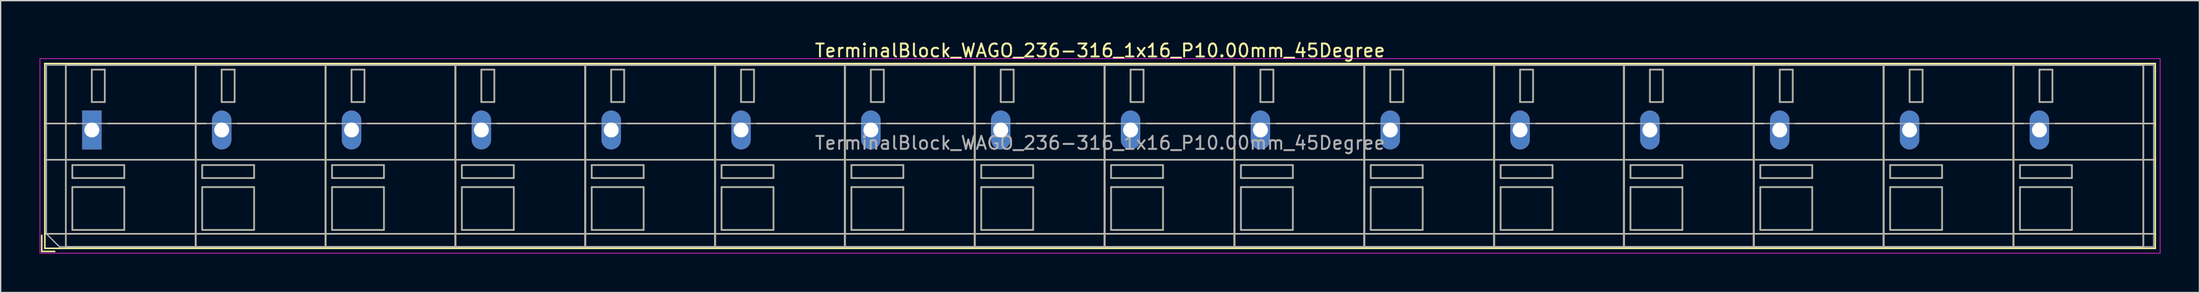
<source format=kicad_pcb>
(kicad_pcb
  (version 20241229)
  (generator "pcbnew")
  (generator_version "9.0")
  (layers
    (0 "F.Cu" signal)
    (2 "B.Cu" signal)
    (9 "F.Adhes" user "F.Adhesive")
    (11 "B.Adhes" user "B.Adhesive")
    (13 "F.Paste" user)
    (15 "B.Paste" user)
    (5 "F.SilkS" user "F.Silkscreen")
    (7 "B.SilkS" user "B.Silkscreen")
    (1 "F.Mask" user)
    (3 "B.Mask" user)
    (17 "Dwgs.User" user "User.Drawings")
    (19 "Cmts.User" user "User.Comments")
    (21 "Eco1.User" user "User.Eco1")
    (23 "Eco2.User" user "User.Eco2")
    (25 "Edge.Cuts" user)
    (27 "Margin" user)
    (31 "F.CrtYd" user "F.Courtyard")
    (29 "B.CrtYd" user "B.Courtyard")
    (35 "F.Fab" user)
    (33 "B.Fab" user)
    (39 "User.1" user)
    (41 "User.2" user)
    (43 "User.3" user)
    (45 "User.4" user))
  (footprint "TerminalBlock_WAGO_236-316_1x16_P10.00mm_45Degree"
    (layer "F.Cu")
    (at 4.025 6.968)
    (property "Reference" "TerminalBlock_WAGO_236-316_1x16_P10.00mm_45Degree" (at 77.65 -6.12 0) (layer "F.SilkS") (effects (font (size 1 1) (thickness 0.15))))
    (attr through_hole)
    (fp_line (start -3.86 8.12) (end -3.86 9.36) (stroke (width 0.12) (type solid)) (layer "F.SilkS"))
    (fp_line (start -3.86 9.36) (end -2.86 9.36) (stroke (width 0.12) (type solid)) (layer "F.SilkS"))
    (fp_line (start -3.62 -5.12) (end -3.62 9.12) (stroke (width 0.12) (type solid)) (layer "F.SilkS"))
    (fp_line (start -3.62 -5.12) (end 158.92 -5.12) (stroke (width 0.12) (type solid)) (layer "F.SilkS"))
    (fp_line (start -3.62 -0.5) (end -1.23 -0.5) (stroke (width 0.12) (type solid)) (layer "F.SilkS"))
    (fp_line (start -3.62 2.3) (end 158.92 2.3) (stroke (width 0.12) (type solid)) (layer "F.SilkS"))
    (fp_line (start -3.62 8) (end 158.92 8) (stroke (width 0.12) (type solid)) (layer "F.SilkS"))
    (fp_line (start -3.62 9.12) (end 158.92 9.12) (stroke (width 0.12) (type solid)) (layer "F.SilkS"))
    (fp_line (start -2 -5) (end -2 9) (stroke (width 0.12) (type solid)) (layer "F.SilkS"))
    (fp_line (start -2 -5) (end 8 -5) (stroke (width 0.12) (type solid)) (layer "F.SilkS"))
    (fp_line (start -2 9) (end 8 9) (stroke (width 0.12) (type solid)) (layer "F.SilkS"))
    (fp_line (start -1.5 2.7) (end -1.5 3.7) (stroke (width 0.12) (type solid)) (layer "F.SilkS"))
    (fp_line (start -1.5 2.7) (end 2.5 2.7) (stroke (width 0.12) (type solid)) (layer "F.SilkS"))
    (fp_line (start -1.5 3.7) (end 2.5 3.7) (stroke (width 0.12) (type solid)) (layer "F.SilkS"))
    (fp_line (start -1.5 4.4) (end -1.5 7.7) (stroke (width 0.12) (type solid)) (layer "F.SilkS"))
    (fp_line (start -1.5 4.4) (end 2.5 4.4) (stroke (width 0.12) (type solid)) (layer "F.SilkS"))
    (fp_line (start -1.5 7.7) (end 2.5 7.7) (stroke (width 0.12) (type solid)) (layer "F.SilkS"))
    (fp_line (start 0 -4.65) (end 0 -2.151) (stroke (width 0.12) (type solid)) (layer "F.SilkS"))
    (fp_line (start 0 -4.65) (end 1 -4.65) (stroke (width 0.12) (type solid)) (layer "F.SilkS"))
    (fp_line (start 0 -2.151) (end 1 -2.151) (stroke (width 0.12) (type solid)) (layer "F.SilkS"))
    (fp_line (start 1 -4.65) (end 1 -2.151) (stroke (width 0.12) (type solid)) (layer "F.SilkS"))
    (fp_line (start 1.23 -0.5) (end 8.77 -0.5) (stroke (width 0.12) (type solid)) (layer "F.SilkS"))
    (fp_line (start 2.5 2.7) (end 2.5 3.7) (stroke (width 0.12) (type solid)) (layer "F.SilkS"))
    (fp_line (start 2.5 4.4) (end 2.5 7.7) (stroke (width 0.12) (type solid)) (layer "F.SilkS"))
    (fp_line (start 8 -5) (end 8 9) (stroke (width 0.12) (type solid)) (layer "F.SilkS"))
    (fp_line (start 8 -5) (end 8 9) (stroke (width 0.12) (type solid)) (layer "F.SilkS"))
    (fp_line (start 8 -5) (end 18 -5) (stroke (width 0.12) (type solid)) (layer "F.SilkS"))
    (fp_line (start 8 9) (end 18 9) (stroke (width 0.12) (type solid)) (layer "F.SilkS"))
    (fp_line (start 8.5 2.7) (end 8.5 3.7) (stroke (width 0.12) (type solid)) (layer "F.SilkS"))
    (fp_line (start 8.5 2.7) (end 12.5 2.7) (stroke (width 0.12) (type solid)) (layer "F.SilkS"))
    (fp_line (start 8.5 3.7) (end 12.5 3.7) (stroke (width 0.12) (type solid)) (layer "F.SilkS"))
    (fp_line (start 8.5 4.4) (end 8.5 7.7) (stroke (width 0.12) (type solid)) (layer "F.SilkS"))
    (fp_line (start 8.5 4.4) (end 12.5 4.4) (stroke (width 0.12) (type solid)) (layer "F.SilkS"))
    (fp_line (start 8.5 7.7) (end 12.5 7.7) (stroke (width 0.12) (type solid)) (layer "F.SilkS"))
    (fp_line (start 10 -4.65) (end 10 -2.151) (stroke (width 0.12) (type solid)) (layer "F.SilkS"))
    (fp_line (start 10 -4.65) (end 11 -4.65) (stroke (width 0.12) (type solid)) (layer "F.SilkS"))
    (fp_line (start 10 -2.151) (end 11 -2.151) (stroke (width 0.12) (type solid)) (layer "F.SilkS"))
    (fp_line (start 11 -4.65) (end 11 -2.151) (stroke (width 0.12) (type solid)) (layer "F.SilkS"))
    (fp_line (start 11.23 -0.5) (end 18.77 -0.5) (stroke (width 0.12) (type solid)) (layer "F.SilkS"))
    (fp_line (start 12.5 2.7) (end 12.5 3.7) (stroke (width 0.12) (type solid)) (layer "F.SilkS"))
    (fp_line (start 12.5 4.4) (end 12.5 7.7) (stroke (width 0.12) (type solid)) (layer "F.SilkS"))
    (fp_line (start 18 -5) (end 18 9) (stroke (width 0.12) (type solid)) (layer "F.SilkS"))
    (fp_line (start 18 -5) (end 18 9) (stroke (width 0.12) (type solid)) (layer "F.SilkS"))
    (fp_line (start 18 -5) (end 28 -5) (stroke (width 0.12) (type solid)) (layer "F.SilkS"))
    (fp_line (start 18 9) (end 28 9) (stroke (width 0.12) (type solid)) (layer "F.SilkS"))
    (fp_line (start 18.5 2.7) (end 18.5 3.7) (stroke (width 0.12) (type solid)) (layer "F.SilkS"))
    (fp_line (start 18.5 2.7) (end 22.5 2.7) (stroke (width 0.12) (type solid)) (layer "F.SilkS"))
    (fp_line (start 18.5 3.7) (end 22.5 3.7) (stroke (width 0.12) (type solid)) (layer "F.SilkS"))
    (fp_line (start 18.5 4.4) (end 18.5 7.7) (stroke (width 0.12) (type solid)) (layer "F.SilkS"))
    (fp_line (start 18.5 4.4) (end 22.5 4.4) (stroke (width 0.12) (type solid)) (layer "F.SilkS"))
    (fp_line (start 18.5 7.7) (end 22.5 7.7) (stroke (width 0.12) (type solid)) (layer "F.SilkS"))
    (fp_line (start 20 -4.65) (end 20 -2.151) (stroke (width 0.12) (type solid)) (layer "F.SilkS"))
    (fp_line (start 20 -4.65) (end 21 -4.65) (stroke (width 0.12) (type solid)) (layer "F.SilkS"))
    (fp_line (start 20 -2.151) (end 21 -2.151) (stroke (width 0.12) (type solid)) (layer "F.SilkS"))
    (fp_line (start 21 -4.65) (end 21 -2.151) (stroke (width 0.12) (type solid)) (layer "F.SilkS"))
    (fp_line (start 21.23 -0.5) (end 28.77 -0.5) (stroke (width 0.12) (type solid)) (layer "F.SilkS"))
    (fp_line (start 22.5 2.7) (end 22.5 3.7) (stroke (width 0.12) (type solid)) (layer "F.SilkS"))
    (fp_line (start 22.5 4.4) (end 22.5 7.7) (stroke (width 0.12) (type solid)) (layer "F.SilkS"))
    (fp_line (start 28 -5) (end 28 9) (stroke (width 0.12) (type solid)) (layer "F.SilkS"))
    (fp_line (start 28 -5) (end 28 9) (stroke (width 0.12) (type solid)) (layer "F.SilkS"))
    (fp_line (start 28 -5) (end 38 -5) (stroke (width 0.12) (type solid)) (layer "F.SilkS"))
    (fp_line (start 28 9) (end 38 9) (stroke (width 0.12) (type solid)) (layer "F.SilkS"))
    (fp_line (start 28.5 2.7) (end 28.5 3.7) (stroke (width 0.12) (type solid)) (layer "F.SilkS"))
    (fp_line (start 28.5 2.7) (end 32.5 2.7) (stroke (width 0.12) (type solid)) (layer "F.SilkS"))
    (fp_line (start 28.5 3.7) (end 32.5 3.7) (stroke (width 0.12) (type solid)) (layer "F.SilkS"))
    (fp_line (start 28.5 4.4) (end 28.5 7.7) (stroke (width 0.12) (type solid)) (layer "F.SilkS"))
    (fp_line (start 28.5 4.4) (end 32.5 4.4) (stroke (width 0.12) (type solid)) (layer "F.SilkS"))
    (fp_line (start 28.5 7.7) (end 32.5 7.7) (stroke (width 0.12) (type solid)) (layer "F.SilkS"))
    (fp_line (start 30 -4.65) (end 30 -2.151) (stroke (width 0.12) (type solid)) (layer "F.SilkS"))
    (fp_line (start 30 -4.65) (end 31 -4.65) (stroke (width 0.12) (type solid)) (layer "F.SilkS"))
    (fp_line (start 30 -2.151) (end 31 -2.151) (stroke (width 0.12) (type solid)) (layer "F.SilkS"))
    (fp_line (start 31 -4.65) (end 31 -2.151) (stroke (width 0.12) (type solid)) (layer "F.SilkS"))
    (fp_line (start 31.23 -0.5) (end 38.77 -0.5) (stroke (width 0.12) (type solid)) (layer "F.SilkS"))
    (fp_line (start 32.5 2.7) (end 32.5 3.7) (stroke (width 0.12) (type solid)) (layer "F.SilkS"))
    (fp_line (start 32.5 4.4) (end 32.5 7.7) (stroke (width 0.12) (type solid)) (layer "F.SilkS"))
    (fp_line (start 38 -5) (end 38 9) (stroke (width 0.12) (type solid)) (layer "F.SilkS"))
    (fp_line (start 38 -5) (end 38 9) (stroke (width 0.12) (type solid)) (layer "F.SilkS"))
    (fp_line (start 38 -5) (end 48 -5) (stroke (width 0.12) (type solid)) (layer "F.SilkS"))
    (fp_line (start 38 9) (end 48 9) (stroke (width 0.12) (type solid)) (layer "F.SilkS"))
    (fp_line (start 38.5 2.7) (end 38.5 3.7) (stroke (width 0.12) (type solid)) (layer "F.SilkS"))
    (fp_line (start 38.5 2.7) (end 42.5 2.7) (stroke (width 0.12) (type solid)) (layer "F.SilkS"))
    (fp_line (start 38.5 3.7) (end 42.5 3.7) (stroke (width 0.12) (type solid)) (layer "F.SilkS"))
    (fp_line (start 38.5 4.4) (end 38.5 7.7) (stroke (width 0.12) (type solid)) (layer "F.SilkS"))
    (fp_line (start 38.5 4.4) (end 42.5 4.4) (stroke (width 0.12) (type solid)) (layer "F.SilkS"))
    (fp_line (start 38.5 7.7) (end 42.5 7.7) (stroke (width 0.12) (type solid)) (layer "F.SilkS"))
    (fp_line (start 40 -4.65) (end 40 -2.151) (stroke (width 0.12) (type solid)) (layer "F.SilkS"))
    (fp_line (start 40 -4.65) (end 41 -4.65) (stroke (width 0.12) (type solid)) (layer "F.SilkS"))
    (fp_line (start 40 -2.151) (end 41 -2.151) (stroke (width 0.12) (type solid)) (layer "F.SilkS"))
    (fp_line (start 41 -4.65) (end 41 -2.151) (stroke (width 0.12) (type solid)) (layer "F.SilkS"))
    (fp_line (start 41.23 -0.5) (end 48.77 -0.5) (stroke (width 0.12) (type solid)) (layer "F.SilkS"))
    (fp_line (start 42.5 2.7) (end 42.5 3.7) (stroke (width 0.12) (type solid)) (layer "F.SilkS"))
    (fp_line (start 42.5 4.4) (end 42.5 7.7) (stroke (width 0.12) (type solid)) (layer "F.SilkS"))
    (fp_line (start 48 -5) (end 48 9) (stroke (width 0.12) (type solid)) (layer "F.SilkS"))
    (fp_line (start 48 -5) (end 48 9) (stroke (width 0.12) (type solid)) (layer "F.SilkS"))
    (fp_line (start 48 -5) (end 58 -5) (stroke (width 0.12) (type solid)) (layer "F.SilkS"))
    (fp_line (start 48 9) (end 58 9) (stroke (width 0.12) (type solid)) (layer "F.SilkS"))
    (fp_line (start 48.5 2.7) (end 48.5 3.7) (stroke (width 0.12) (type solid)) (layer "F.SilkS"))
    (fp_line (start 48.5 2.7) (end 52.5 2.7) (stroke (width 0.12) (type solid)) (layer "F.SilkS"))
    (fp_line (start 48.5 3.7) (end 52.5 3.7) (stroke (width 0.12) (type solid)) (layer "F.SilkS"))
    (fp_line (start 48.5 4.4) (end 48.5 7.7) (stroke (width 0.12) (type solid)) (layer "F.SilkS"))
    (fp_line (start 48.5 4.4) (end 52.5 4.4) (stroke (width 0.12) (type solid)) (layer "F.SilkS"))
    (fp_line (start 48.5 7.7) (end 52.5 7.7) (stroke (width 0.12) (type solid)) (layer "F.SilkS"))
    (fp_line (start 50 -4.65) (end 50 -2.151) (stroke (width 0.12) (type solid)) (layer "F.SilkS"))
    (fp_line (start 50 -4.65) (end 51 -4.65) (stroke (width 0.12) (type solid)) (layer "F.SilkS"))
    (fp_line (start 50 -2.151) (end 51 -2.151) (stroke (width 0.12) (type solid)) (layer "F.SilkS"))
    (fp_line (start 51 -4.65) (end 51 -2.151) (stroke (width 0.12) (type solid)) (layer "F.SilkS"))
    (fp_line (start 51.23 -0.5) (end 58.77 -0.5) (stroke (width 0.12) (type solid)) (layer "F.SilkS"))
    (fp_line (start 52.5 2.7) (end 52.5 3.7) (stroke (width 0.12) (type solid)) (layer "F.SilkS"))
    (fp_line (start 52.5 4.4) (end 52.5 7.7) (stroke (width 0.12) (type solid)) (layer "F.SilkS"))
    (fp_line (start 58 -5) (end 58 9) (stroke (width 0.12) (type solid)) (layer "F.SilkS"))
    (fp_line (start 58 -5) (end 58 9) (stroke (width 0.12) (type solid)) (layer "F.SilkS"))
    (fp_line (start 58 -5) (end 68 -5) (stroke (width 0.12) (type solid)) (layer "F.SilkS"))
    (fp_line (start 58 9) (end 68 9) (stroke (width 0.12) (type solid)) (layer "F.SilkS"))
    (fp_line (start 58.5 2.7) (end 58.5 3.7) (stroke (width 0.12) (type solid)) (layer "F.SilkS"))
    (fp_line (start 58.5 2.7) (end 62.5 2.7) (stroke (width 0.12) (type solid)) (layer "F.SilkS"))
    (fp_line (start 58.5 3.7) (end 62.5 3.7) (stroke (width 0.12) (type solid)) (layer "F.SilkS"))
    (fp_line (start 58.5 4.4) (end 58.5 7.7) (stroke (width 0.12) (type solid)) (layer "F.SilkS"))
    (fp_line (start 58.5 4.4) (end 62.5 4.4) (stroke (width 0.12) (type solid)) (layer "F.SilkS"))
    (fp_line (start 58.5 7.7) (end 62.5 7.7) (stroke (width 0.12) (type solid)) (layer "F.SilkS"))
    (fp_line (start 60 -4.65) (end 60 -2.151) (stroke (width 0.12) (type solid)) (layer "F.SilkS"))
    (fp_line (start 60 -4.65) (end 61 -4.65) (stroke (width 0.12) (type solid)) (layer "F.SilkS"))
    (fp_line (start 60 -2.151) (end 61 -2.151) (stroke (width 0.12) (type solid)) (layer "F.SilkS"))
    (fp_line (start 61 -4.65) (end 61 -2.151) (stroke (width 0.12) (type solid)) (layer "F.SilkS"))
    (fp_line (start 61.23 -0.5) (end 68.77 -0.5) (stroke (width 0.12) (type solid)) (layer "F.SilkS"))
    (fp_line (start 62.5 2.7) (end 62.5 3.7) (stroke (width 0.12) (type solid)) (layer "F.SilkS"))
    (fp_line (start 62.5 4.4) (end 62.5 7.7) (stroke (width 0.12) (type solid)) (layer "F.SilkS"))
    (fp_line (start 68 -5) (end 68 9) (stroke (width 0.12) (type solid)) (layer "F.SilkS"))
    (fp_line (start 68 -5) (end 68 9) (stroke (width 0.12) (type solid)) (layer "F.SilkS"))
    (fp_line (start 68 -5) (end 78 -5) (stroke (width 0.12) (type solid)) (layer "F.SilkS"))
    (fp_line (start 68 9) (end 78 9) (stroke (width 0.12) (type solid)) (layer "F.SilkS"))
    (fp_line (start 68.5 2.7) (end 68.5 3.7) (stroke (width 0.12) (type solid)) (layer "F.SilkS"))
    (fp_line (start 68.5 2.7) (end 72.5 2.7) (stroke (width 0.12) (type solid)) (layer "F.SilkS"))
    (fp_line (start 68.5 3.7) (end 72.5 3.7) (stroke (width 0.12) (type solid)) (layer "F.SilkS"))
    (fp_line (start 68.5 4.4) (end 68.5 7.7) (stroke (width 0.12) (type solid)) (layer "F.SilkS"))
    (fp_line (start 68.5 4.4) (end 72.5 4.4) (stroke (width 0.12) (type solid)) (layer "F.SilkS"))
    (fp_line (start 68.5 7.7) (end 72.5 7.7) (stroke (width 0.12) (type solid)) (layer "F.SilkS"))
    (fp_line (start 70 -4.65) (end 70 -2.151) (stroke (width 0.12) (type solid)) (layer "F.SilkS"))
    (fp_line (start 70 -4.65) (end 71 -4.65) (stroke (width 0.12) (type solid)) (layer "F.SilkS"))
    (fp_line (start 70 -2.151) (end 71 -2.151) (stroke (width 0.12) (type solid)) (layer "F.SilkS"))
    (fp_line (start 71 -4.65) (end 71 -2.151) (stroke (width 0.12) (type solid)) (layer "F.SilkS"))
    (fp_line (start 71.23 -0.5) (end 78.77 -0.5) (stroke (width 0.12) (type solid)) (layer "F.SilkS"))
    (fp_line (start 72.5 2.7) (end 72.5 3.7) (stroke (width 0.12) (type solid)) (layer "F.SilkS"))
    (fp_line (start 72.5 4.4) (end 72.5 7.7) (stroke (width 0.12) (type solid)) (layer "F.SilkS"))
    (fp_line (start 78 -5) (end 78 9) (stroke (width 0.12) (type solid)) (layer "F.SilkS"))
    (fp_line (start 78 -5) (end 78 9) (stroke (width 0.12) (type solid)) (layer "F.SilkS"))
    (fp_line (start 78 -5) (end 88 -5) (stroke (width 0.12) (type solid)) (layer "F.SilkS"))
    (fp_line (start 78 9) (end 88 9) (stroke (width 0.12) (type solid)) (layer "F.SilkS"))
    (fp_line (start 78.5 2.7) (end 78.5 3.7) (stroke (width 0.12) (type solid)) (layer "F.SilkS"))
    (fp_line (start 78.5 2.7) (end 82.5 2.7) (stroke (width 0.12) (type solid)) (layer "F.SilkS"))
    (fp_line (start 78.5 3.7) (end 82.5 3.7) (stroke (width 0.12) (type solid)) (layer "F.SilkS"))
    (fp_line (start 78.5 4.4) (end 78.5 7.7) (stroke (width 0.12) (type solid)) (layer "F.SilkS"))
    (fp_line (start 78.5 4.4) (end 82.5 4.4) (stroke (width 0.12) (type solid)) (layer "F.SilkS"))
    (fp_line (start 78.5 7.7) (end 82.5 7.7) (stroke (width 0.12) (type solid)) (layer "F.SilkS"))
    (fp_line (start 80 -4.65) (end 80 -2.151) (stroke (width 0.12) (type solid)) (layer "F.SilkS"))
    (fp_line (start 80 -4.65) (end 81 -4.65) (stroke (width 0.12) (type solid)) (layer "F.SilkS"))
    (fp_line (start 80 -2.151) (end 81 -2.151) (stroke (width 0.12) (type solid)) (layer "F.SilkS"))
    (fp_line (start 81 -4.65) (end 81 -2.151) (stroke (width 0.12) (type solid)) (layer "F.SilkS"))
    (fp_line (start 81.23 -0.5) (end 88.77 -0.5) (stroke (width 0.12) (type solid)) (layer "F.SilkS"))
    (fp_line (start 82.5 2.7) (end 82.5 3.7) (stroke (width 0.12) (type solid)) (layer "F.SilkS"))
    (fp_line (start 82.5 4.4) (end 82.5 7.7) (stroke (width 0.12) (type solid)) (layer "F.SilkS"))
    (fp_line (start 88 -5) (end 88 9) (stroke (width 0.12) (type solid)) (layer "F.SilkS"))
    (fp_line (start 88 -5) (end 88 9) (stroke (width 0.12) (type solid)) (layer "F.SilkS"))
    (fp_line (start 88 -5) (end 98 -5) (stroke (width 0.12) (type solid)) (layer "F.SilkS"))
    (fp_line (start 88 9) (end 98 9) (stroke (width 0.12) (type solid)) (layer "F.SilkS"))
    (fp_line (start 88.5 2.7) (end 88.5 3.7) (stroke (width 0.12) (type solid)) (layer "F.SilkS"))
    (fp_line (start 88.5 2.7) (end 92.5 2.7) (stroke (width 0.12) (type solid)) (layer "F.SilkS"))
    (fp_line (start 88.5 3.7) (end 92.5 3.7) (stroke (width 0.12) (type solid)) (layer "F.SilkS"))
    (fp_line (start 88.5 4.4) (end 88.5 7.7) (stroke (width 0.12) (type solid)) (layer "F.SilkS"))
    (fp_line (start 88.5 4.4) (end 92.5 4.4) (stroke (width 0.12) (type solid)) (layer "F.SilkS"))
    (fp_line (start 88.5 7.7) (end 92.5 7.7) (stroke (width 0.12) (type solid)) (layer "F.SilkS"))
    (fp_line (start 90 -4.65) (end 90 -2.151) (stroke (width 0.12) (type solid)) (layer "F.SilkS"))
    (fp_line (start 90 -4.65) (end 91 -4.65) (stroke (width 0.12) (type solid)) (layer "F.SilkS"))
    (fp_line (start 90 -2.151) (end 91 -2.151) (stroke (width 0.12) (type solid)) (layer "F.SilkS"))
    (fp_line (start 91 -4.65) (end 91 -2.151) (stroke (width 0.12) (type solid)) (layer "F.SilkS"))
    (fp_line (start 91.23 -0.5) (end 98.77 -0.5) (stroke (width 0.12) (type solid)) (layer "F.SilkS"))
    (fp_line (start 92.5 2.7) (end 92.5 3.7) (stroke (width 0.12) (type solid)) (layer "F.SilkS"))
    (fp_line (start 92.5 4.4) (end 92.5 7.7) (stroke (width 0.12) (type solid)) (layer "F.SilkS"))
    (fp_line (start 98 -5) (end 98 9) (stroke (width 0.12) (type solid)) (layer "F.SilkS"))
    (fp_line (start 98 -5) (end 98 9) (stroke (width 0.12) (type solid)) (layer "F.SilkS"))
    (fp_line (start 98 -5) (end 108 -5) (stroke (width 0.12) (type solid)) (layer "F.SilkS"))
    (fp_line (start 98 9) (end 108 9) (stroke (width 0.12) (type solid)) (layer "F.SilkS"))
    (fp_line (start 98.5 2.7) (end 98.5 3.7) (stroke (width 0.12) (type solid)) (layer "F.SilkS"))
    (fp_line (start 98.5 2.7) (end 102.5 2.7) (stroke (width 0.12) (type solid)) (layer "F.SilkS"))
    (fp_line (start 98.5 3.7) (end 102.5 3.7) (stroke (width 0.12) (type solid)) (layer "F.SilkS"))
    (fp_line (start 98.5 4.4) (end 98.5 7.7) (stroke (width 0.12) (type solid)) (layer "F.SilkS"))
    (fp_line (start 98.5 4.4) (end 102.5 4.4) (stroke (width 0.12) (type solid)) (layer "F.SilkS"))
    (fp_line (start 98.5 7.7) (end 102.5 7.7) (stroke (width 0.12) (type solid)) (layer "F.SilkS"))
    (fp_line (start 100 -4.65) (end 100 -2.151) (stroke (width 0.12) (type solid)) (layer "F.SilkS"))
    (fp_line (start 100 -4.65) (end 101 -4.65) (stroke (width 0.12) (type solid)) (layer "F.SilkS"))
    (fp_line (start 100 -2.151) (end 101 -2.151) (stroke (width 0.12) (type solid)) (layer "F.SilkS"))
    (fp_line (start 101 -4.65) (end 101 -2.151) (stroke (width 0.12) (type solid)) (layer "F.SilkS"))
    (fp_line (start 101.23 -0.5) (end 108.77 -0.5) (stroke (width 0.12) (type solid)) (layer "F.SilkS"))
    (fp_line (start 102.5 2.7) (end 102.5 3.7) (stroke (width 0.12) (type solid)) (layer "F.SilkS"))
    (fp_line (start 102.5 4.4) (end 102.5 7.7) (stroke (width 0.12) (type solid)) (layer "F.SilkS"))
    (fp_line (start 108 -5) (end 108 9) (stroke (width 0.12) (type solid)) (layer "F.SilkS"))
    (fp_line (start 108 -5) (end 108 9) (stroke (width 0.12) (type solid)) (layer "F.SilkS"))
    (fp_line (start 108 -5) (end 118 -5) (stroke (width 0.12) (type solid)) (layer "F.SilkS"))
    (fp_line (start 108 9) (end 118 9) (stroke (width 0.12) (type solid)) (layer "F.SilkS"))
    (fp_line (start 108.5 2.7) (end 108.5 3.7) (stroke (width 0.12) (type solid)) (layer "F.SilkS"))
    (fp_line (start 108.5 2.7) (end 112.5 2.7) (stroke (width 0.12) (type solid)) (layer "F.SilkS"))
    (fp_line (start 108.5 3.7) (end 112.5 3.7) (stroke (width 0.12) (type solid)) (layer "F.SilkS"))
    (fp_line (start 108.5 4.4) (end 108.5 7.7) (stroke (width 0.12) (type solid)) (layer "F.SilkS"))
    (fp_line (start 108.5 4.4) (end 112.5 4.4) (stroke (width 0.12) (type solid)) (layer "F.SilkS"))
    (fp_line (start 108.5 7.7) (end 112.5 7.7) (stroke (width 0.12) (type solid)) (layer "F.SilkS"))
    (fp_line (start 110 -4.65) (end 110 -2.151) (stroke (width 0.12) (type solid)) (layer "F.SilkS"))
    (fp_line (start 110 -4.65) (end 111 -4.65) (stroke (width 0.12) (type solid)) (layer "F.SilkS"))
    (fp_line (start 110 -2.151) (end 111 -2.151) (stroke (width 0.12) (type solid)) (layer "F.SilkS"))
    (fp_line (start 111 -4.65) (end 111 -2.151) (stroke (width 0.12) (type solid)) (layer "F.SilkS"))
    (fp_line (start 111.23 -0.5) (end 118.77 -0.5) (stroke (width 0.12) (type solid)) (layer "F.SilkS"))
    (fp_line (start 112.5 2.7) (end 112.5 3.7) (stroke (width 0.12) (type solid)) (layer "F.SilkS"))
    (fp_line (start 112.5 4.4) (end 112.5 7.7) (stroke (width 0.12) (type solid)) (layer "F.SilkS"))
    (fp_line (start 118 -5) (end 118 9) (stroke (width 0.12) (type solid)) (layer "F.SilkS"))
    (fp_line (start 118 -5) (end 118 9) (stroke (width 0.12) (type solid)) (layer "F.SilkS"))
    (fp_line (start 118 -5) (end 128 -5) (stroke (width 0.12) (type solid)) (layer "F.SilkS"))
    (fp_line (start 118 9) (end 128 9) (stroke (width 0.12) (type solid)) (layer "F.SilkS"))
    (fp_line (start 118.5 2.7) (end 118.5 3.7) (stroke (width 0.12) (type solid)) (layer "F.SilkS"))
    (fp_line (start 118.5 2.7) (end 122.5 2.7) (stroke (width 0.12) (type solid)) (layer "F.SilkS"))
    (fp_line (start 118.5 3.7) (end 122.5 3.7) (stroke (width 0.12) (type solid)) (layer "F.SilkS"))
    (fp_line (start 118.5 4.4) (end 118.5 7.7) (stroke (width 0.12) (type solid)) (layer "F.SilkS"))
    (fp_line (start 118.5 4.4) (end 122.5 4.4) (stroke (width 0.12) (type solid)) (layer "F.SilkS"))
    (fp_line (start 118.5 7.7) (end 122.5 7.7) (stroke (width 0.12) (type solid)) (layer "F.SilkS"))
    (fp_line (start 120 -4.65) (end 120 -2.151) (stroke (width 0.12) (type solid)) (layer "F.SilkS"))
    (fp_line (start 120 -4.65) (end 121 -4.65) (stroke (width 0.12) (type solid)) (layer "F.SilkS"))
    (fp_line (start 120 -2.151) (end 121 -2.151) (stroke (width 0.12) (type solid)) (layer "F.SilkS"))
    (fp_line (start 121 -4.65) (end 121 -2.151) (stroke (width 0.12) (type solid)) (layer "F.SilkS"))
    (fp_line (start 121.23 -0.5) (end 128.771 -0.5) (stroke (width 0.12) (type solid)) (layer "F.SilkS"))
    (fp_line (start 122.5 2.7) (end 122.5 3.7) (stroke (width 0.12) (type solid)) (layer "F.SilkS"))
    (fp_line (start 122.5 4.4) (end 122.5 7.7) (stroke (width 0.12) (type solid)) (layer "F.SilkS"))
    (fp_line (start 128 -5) (end 128 9) (stroke (width 0.12) (type solid)) (layer "F.SilkS"))
    (fp_line (start 128 -5) (end 128 9) (stroke (width 0.12) (type solid)) (layer "F.SilkS"))
    (fp_line (start 128 -5) (end 138 -5) (stroke (width 0.12) (type solid)) (layer "F.SilkS"))
    (fp_line (start 128 9) (end 138 9) (stroke (width 0.12) (type solid)) (layer "F.SilkS"))
    (fp_line (start 128.5 2.7) (end 128.5 3.7) (stroke (width 0.12) (type solid)) (layer "F.SilkS"))
    (fp_line (start 128.5 2.7) (end 132.5 2.7) (stroke (width 0.12) (type solid)) (layer "F.SilkS"))
    (fp_line (start 128.5 3.7) (end 132.5 3.7) (stroke (width 0.12) (type solid)) (layer "F.SilkS"))
    (fp_line (start 128.5 4.4) (end 128.5 7.7) (stroke (width 0.12) (type solid)) (layer "F.SilkS"))
    (fp_line (start 128.5 4.4) (end 132.5 4.4) (stroke (width 0.12) (type solid)) (layer "F.SilkS"))
    (fp_line (start 128.5 7.7) (end 132.5 7.7) (stroke (width 0.12) (type solid)) (layer "F.SilkS"))
    (fp_line (start 130 -4.65) (end 130 -2.151) (stroke (width 0.12) (type solid)) (layer "F.SilkS"))
    (fp_line (start 130 -4.65) (end 131 -4.65) (stroke (width 0.12) (type solid)) (layer "F.SilkS"))
    (fp_line (start 130 -2.151) (end 131 -2.151) (stroke (width 0.12) (type solid)) (layer "F.SilkS"))
    (fp_line (start 131 -4.65) (end 131 -2.151) (stroke (width 0.12) (type solid)) (layer "F.SilkS"))
    (fp_line (start 131.23 -0.5) (end 138.77 -0.5) (stroke (width 0.12) (type solid)) (layer "F.SilkS"))
    (fp_line (start 132.5 2.7) (end 132.5 3.7) (stroke (width 0.12) (type solid)) (layer "F.SilkS"))
    (fp_line (start 132.5 4.4) (end 132.5 7.7) (stroke (width 0.12) (type solid)) (layer "F.SilkS"))
    (fp_line (start 138 -5) (end 138 9) (stroke (width 0.12) (type solid)) (layer "F.SilkS"))
    (fp_line (start 138 -5) (end 138 9) (stroke (width 0.12) (type solid)) (layer "F.SilkS"))
    (fp_line (start 138 -5) (end 148 -5) (stroke (width 0.12) (type solid)) (layer "F.SilkS"))
    (fp_line (start 138 9) (end 148 9) (stroke (width 0.12) (type solid)) (layer "F.SilkS"))
    (fp_line (start 138.5 2.7) (end 138.5 3.7) (stroke (width 0.12) (type solid)) (layer "F.SilkS"))
    (fp_line (start 138.5 2.7) (end 142.5 2.7) (stroke (width 0.12) (type solid)) (layer "F.SilkS"))
    (fp_line (start 138.5 3.7) (end 142.5 3.7) (stroke (width 0.12) (type solid)) (layer "F.SilkS"))
    (fp_line (start 138.5 4.4) (end 138.5 7.7) (stroke (width 0.12) (type solid)) (layer "F.SilkS"))
    (fp_line (start 138.5 4.4) (end 142.5 4.4) (stroke (width 0.12) (type solid)) (layer "F.SilkS"))
    (fp_line (start 138.5 7.7) (end 142.5 7.7) (stroke (width 0.12) (type solid)) (layer "F.SilkS"))
    (fp_line (start 140 -4.65) (end 140 -2.151) (stroke (width 0.12) (type solid)) (layer "F.SilkS"))
    (fp_line (start 140 -4.65) (end 141 -4.65) (stroke (width 0.12) (type solid)) (layer "F.SilkS"))
    (fp_line (start 140 -2.151) (end 141 -2.151) (stroke (width 0.12) (type solid)) (layer "F.SilkS"))
    (fp_line (start 141 -4.65) (end 141 -2.151) (stroke (width 0.12) (type solid)) (layer "F.SilkS"))
    (fp_line (start 141.23 -0.5) (end 148.77 -0.5) (stroke (width 0.12) (type solid)) (layer "F.SilkS"))
    (fp_line (start 142.5 2.7) (end 142.5 3.7) (stroke (width 0.12) (type solid)) (layer "F.SilkS"))
    (fp_line (start 142.5 4.4) (end 142.5 7.7) (stroke (width 0.12) (type solid)) (layer "F.SilkS"))
    (fp_line (start 148 -5) (end 148 9) (stroke (width 0.12) (type solid)) (layer "F.SilkS"))
    (fp_line (start 148 -5) (end 148 9) (stroke (width 0.12) (type solid)) (layer "F.SilkS"))
    (fp_line (start 148 -5) (end 158 -5) (stroke (width 0.12) (type solid)) (layer "F.SilkS"))
    (fp_line (start 148 9) (end 158 9) (stroke (width 0.12) (type solid)) (layer "F.SilkS"))
    (fp_line (start 148.5 2.7) (end 148.5 3.7) (stroke (width 0.12) (type solid)) (layer "F.SilkS"))
    (fp_line (start 148.5 2.7) (end 152.5 2.7) (stroke (width 0.12) (type solid)) (layer "F.SilkS"))
    (fp_line (start 148.5 3.7) (end 152.5 3.7) (stroke (width 0.12) (type solid)) (layer "F.SilkS"))
    (fp_line (start 148.5 4.4) (end 148.5 7.7) (stroke (width 0.12) (type solid)) (layer "F.SilkS"))
    (fp_line (start 148.5 4.4) (end 152.5 4.4) (stroke (width 0.12) (type solid)) (layer "F.SilkS"))
    (fp_line (start 148.5 7.7) (end 152.5 7.7) (stroke (width 0.12) (type solid)) (layer "F.SilkS"))
    (fp_line (start 150 -4.65) (end 150 -2.151) (stroke (width 0.12) (type solid)) (layer "F.SilkS"))
    (fp_line (start 150 -4.65) (end 151 -4.65) (stroke (width 0.12) (type solid)) (layer "F.SilkS"))
    (fp_line (start 150 -2.151) (end 151 -2.151) (stroke (width 0.12) (type solid)) (layer "F.SilkS"))
    (fp_line (start 151 -4.65) (end 151 -2.151) (stroke (width 0.12) (type solid)) (layer "F.SilkS"))
    (fp_line (start 151.23 -0.5) (end 158.92 -0.5) (stroke (width 0.12) (type solid)) (layer "F.SilkS"))
    (fp_line (start 152.5 2.7) (end 152.5 3.7) (stroke (width 0.12) (type solid)) (layer "F.SilkS"))
    (fp_line (start 152.5 4.4) (end 152.5 7.7) (stroke (width 0.12) (type solid)) (layer "F.SilkS"))
    (fp_line (start 158 -5) (end 158 9) (stroke (width 0.12) (type solid)) (layer "F.SilkS"))
    (fp_line (start 158.92 -5.12) (end 158.92 9.12) (stroke (width 0.12) (type solid)) (layer "F.SilkS"))
    (fp_line (start -4 -5.5) (end -4 9.5) (stroke (width 0.05) (type solid)) (layer "F.CrtYd"))
    (fp_line (start -4 9.5) (end 159.3 9.5) (stroke (width 0.05) (type solid)) (layer "F.CrtYd"))
    (fp_line (start 159.3 -5.5) (end -4 -5.5) (stroke (width 0.05) (type solid)) (layer "F.CrtYd"))
    (fp_line (start 159.3 9.5) (end 159.3 -5.5) (stroke (width 0.05) (type solid)) (layer "F.CrtYd"))
    (fp_line (start -3.5 -5) (end 158.8 -5) (stroke (width 0.1) (type solid)) (layer "F.Fab"))
    (fp_line (start -3.5 -0.5) (end 158.8 -0.5) (stroke (width 0.1) (type solid)) (layer "F.Fab"))
    (fp_line (start -3.5 2.3) (end 158.8 2.3) (stroke (width 0.1) (type solid)) (layer "F.Fab"))
    (fp_line (start -3.5 8) (end -3.5 -5) (stroke (width 0.1) (type solid)) (layer "F.Fab"))
    (fp_line (start -3.5 8) (end 158.8 8) (stroke (width 0.1) (type solid)) (layer "F.Fab"))
    (fp_line (start -2.5 9) (end -3.5 8) (stroke (width 0.1) (type solid)) (layer "F.Fab"))
    (fp_line (start -2 -5) (end -2 9) (stroke (width 0.1) (type solid)) (layer "F.Fab"))
    (fp_line (start -2 9) (end 8 9) (stroke (width 0.1) (type solid)) (layer "F.Fab"))
    (fp_line (start -1.5 2.7) (end -1.5 3.7) (stroke (width 0.1) (type solid)) (layer "F.Fab"))
    (fp_line (start -1.5 3.7) (end 2.5 3.7) (stroke (width 0.1) (type solid)) (layer "F.Fab"))
    (fp_line (start -1.5 4.4) (end -1.5 7.7) (stroke (width 0.1) (type solid)) (layer "F.Fab"))
    (fp_line (start -1.5 7.7) (end 2.5 7.7) (stroke (width 0.1) (type solid)) (layer "F.Fab"))
    (fp_line (start 0 -4.65) (end 0 -2.15) (stroke (width 0.1) (type solid)) (layer "F.Fab"))
    (fp_line (start 0 -2.15) (end 1 -2.15) (stroke (width 0.1) (type solid)) (layer "F.Fab"))
    (fp_line (start 1 -4.65) (end 0 -4.65) (stroke (width 0.1) (type solid)) (layer "F.Fab"))
    (fp_line (start 1 -2.15) (end 1 -4.65) (stroke (width 0.1) (type solid)) (layer "F.Fab"))
    (fp_line (start 2.5 2.7) (end -1.5 2.7) (stroke (width 0.1) (type solid)) (layer "F.Fab"))
    (fp_line (start 2.5 3.7) (end 2.5 2.7) (stroke (width 0.1) (type solid)) (layer "F.Fab"))
    (fp_line (start 2.5 4.4) (end -1.5 4.4) (stroke (width 0.1) (type solid)) (layer "F.Fab"))
    (fp_line (start 2.5 7.7) (end 2.5 4.4) (stroke (width 0.1) (type solid)) (layer "F.Fab"))
    (fp_line (start 8 -5) (end -2 -5) (stroke (width 0.1) (type solid)) (layer "F.Fab"))
    (fp_line (start 8 -5) (end 8 9) (stroke (width 0.1) (type solid)) (layer "F.Fab"))
    (fp_line (start 8 9) (end 8 -5) (stroke (width 0.1) (type solid)) (layer "F.Fab"))
    (fp_line (start 8 9) (end 18 9) (stroke (width 0.1) (type solid)) (layer "F.Fab"))
    (fp_line (start 8.5 2.7) (end 8.5 3.7) (stroke (width 0.1) (type solid)) (layer "F.Fab"))
    (fp_line (start 8.5 3.7) (end 12.5 3.7) (stroke (width 0.1) (type solid)) (layer "F.Fab"))
    (fp_line (start 8.5 4.4) (end 8.5 7.7) (stroke (width 0.1) (type solid)) (layer "F.Fab"))
    (fp_line (start 8.5 7.7) (end 12.5 7.7) (stroke (width 0.1) (type solid)) (layer "F.Fab"))
    (fp_line (start 10 -4.65) (end 10 -2.15) (stroke (width 0.1) (type solid)) (layer "F.Fab"))
    (fp_line (start 10 -2.15) (end 11 -2.15) (stroke (width 0.1) (type solid)) (layer "F.Fab"))
    (fp_line (start 11 -4.65) (end 10 -4.65) (stroke (width 0.1) (type solid)) (layer "F.Fab"))
    (fp_line (start 11 -2.15) (end 11 -4.65) (stroke (width 0.1) (type solid)) (layer "F.Fab"))
    (fp_line (start 12.5 2.7) (end 8.5 2.7) (stroke (width 0.1) (type solid)) (layer "F.Fab"))
    (fp_line (start 12.5 3.7) (end 12.5 2.7) (stroke (width 0.1) (type solid)) (layer "F.Fab"))
    (fp_line (start 12.5 4.4) (end 8.5 4.4) (stroke (width 0.1) (type solid)) (layer "F.Fab"))
    (fp_line (start 12.5 7.7) (end 12.5 4.4) (stroke (width 0.1) (type solid)) (layer "F.Fab"))
    (fp_line (start 18 -5) (end 8 -5) (stroke (width 0.1) (type solid)) (layer "F.Fab"))
    (fp_line (start 18 -5) (end 18 9) (stroke (width 0.1) (type solid)) (layer "F.Fab"))
    (fp_line (start 18 9) (end 18 -5) (stroke (width 0.1) (type solid)) (layer "F.Fab"))
    (fp_line (start 18 9) (end 28 9) (stroke (width 0.1) (type solid)) (layer "F.Fab"))
    (fp_line (start 18.5 2.7) (end 18.5 3.7) (stroke (width 0.1) (type solid)) (layer "F.Fab"))
    (fp_line (start 18.5 3.7) (end 22.5 3.7) (stroke (width 0.1) (type solid)) (layer "F.Fab"))
    (fp_line (start 18.5 4.4) (end 18.5 7.7) (stroke (width 0.1) (type solid)) (layer "F.Fab"))
    (fp_line (start 18.5 7.7) (end 22.5 7.7) (stroke (width 0.1) (type solid)) (layer "F.Fab"))
    (fp_line (start 20 -4.65) (end 20 -2.15) (stroke (width 0.1) (type solid)) (layer "F.Fab"))
    (fp_line (start 20 -2.15) (end 21 -2.15) (stroke (width 0.1) (type solid)) (layer "F.Fab"))
    (fp_line (start 21 -4.65) (end 20 -4.65) (stroke (width 0.1) (type solid)) (layer "F.Fab"))
    (fp_line (start 21 -2.15) (end 21 -4.65) (stroke (width 0.1) (type solid)) (layer "F.Fab"))
    (fp_line (start 22.5 2.7) (end 18.5 2.7) (stroke (width 0.1) (type solid)) (layer "F.Fab"))
    (fp_line (start 22.5 3.7) (end 22.5 2.7) (stroke (width 0.1) (type solid)) (layer "F.Fab"))
    (fp_line (start 22.5 4.4) (end 18.5 4.4) (stroke (width 0.1) (type solid)) (layer "F.Fab"))
    (fp_line (start 22.5 7.7) (end 22.5 4.4) (stroke (width 0.1) (type solid)) (layer "F.Fab"))
    (fp_line (start 28 -5) (end 18 -5) (stroke (width 0.1) (type solid)) (layer "F.Fab"))
    (fp_line (start 28 -5) (end 28 9) (stroke (width 0.1) (type solid)) (layer "F.Fab"))
    (fp_line (start 28 9) (end 28 -5) (stroke (width 0.1) (type solid)) (layer "F.Fab"))
    (fp_line (start 28 9) (end 38 9) (stroke (width 0.1) (type solid)) (layer "F.Fab"))
    (fp_line (start 28.5 2.7) (end 28.5 3.7) (stroke (width 0.1) (type solid)) (layer "F.Fab"))
    (fp_line (start 28.5 3.7) (end 32.5 3.7) (stroke (width 0.1) (type solid)) (layer "F.Fab"))
    (fp_line (start 28.5 4.4) (end 28.5 7.7) (stroke (width 0.1) (type solid)) (layer "F.Fab"))
    (fp_line (start 28.5 7.7) (end 32.5 7.7) (stroke (width 0.1) (type solid)) (layer "F.Fab"))
    (fp_line (start 30 -4.65) (end 30 -2.15) (stroke (width 0.1) (type solid)) (layer "F.Fab"))
    (fp_line (start 30 -2.15) (end 31 -2.15) (stroke (width 0.1) (type solid)) (layer "F.Fab"))
    (fp_line (start 31 -4.65) (end 30 -4.65) (stroke (width 0.1) (type solid)) (layer "F.Fab"))
    (fp_line (start 31 -2.15) (end 31 -4.65) (stroke (width 0.1) (type solid)) (layer "F.Fab"))
    (fp_line (start 32.5 2.7) (end 28.5 2.7) (stroke (width 0.1) (type solid)) (layer "F.Fab"))
    (fp_line (start 32.5 3.7) (end 32.5 2.7) (stroke (width 0.1) (type solid)) (layer "F.Fab"))
    (fp_line (start 32.5 4.4) (end 28.5 4.4) (stroke (width 0.1) (type solid)) (layer "F.Fab"))
    (fp_line (start 32.5 7.7) (end 32.5 4.4) (stroke (width 0.1) (type solid)) (layer "F.Fab"))
    (fp_line (start 38 -5) (end 28 -5) (stroke (width 0.1) (type solid)) (layer "F.Fab"))
    (fp_line (start 38 -5) (end 38 9) (stroke (width 0.1) (type solid)) (layer "F.Fab"))
    (fp_line (start 38 9) (end 38 -5) (stroke (width 0.1) (type solid)) (layer "F.Fab"))
    (fp_line (start 38 9) (end 48 9) (stroke (width 0.1) (type solid)) (layer "F.Fab"))
    (fp_line (start 38.5 2.7) (end 38.5 3.7) (stroke (width 0.1) (type solid)) (layer "F.Fab"))
    (fp_line (start 38.5 3.7) (end 42.5 3.7) (stroke (width 0.1) (type solid)) (layer "F.Fab"))
    (fp_line (start 38.5 4.4) (end 38.5 7.7) (stroke (width 0.1) (type solid)) (layer "F.Fab"))
    (fp_line (start 38.5 7.7) (end 42.5 7.7) (stroke (width 0.1) (type solid)) (layer "F.Fab"))
    (fp_line (start 40 -4.65) (end 40 -2.15) (stroke (width 0.1) (type solid)) (layer "F.Fab"))
    (fp_line (start 40 -2.15) (end 41 -2.15) (stroke (width 0.1) (type solid)) (layer "F.Fab"))
    (fp_line (start 41 -4.65) (end 40 -4.65) (stroke (width 0.1) (type solid)) (layer "F.Fab"))
    (fp_line (start 41 -2.15) (end 41 -4.65) (stroke (width 0.1) (type solid)) (layer "F.Fab"))
    (fp_line (start 42.5 2.7) (end 38.5 2.7) (stroke (width 0.1) (type solid)) (layer "F.Fab"))
    (fp_line (start 42.5 3.7) (end 42.5 2.7) (stroke (width 0.1) (type solid)) (layer "F.Fab"))
    (fp_line (start 42.5 4.4) (end 38.5 4.4) (stroke (width 0.1) (type solid)) (layer "F.Fab"))
    (fp_line (start 42.5 7.7) (end 42.5 4.4) (stroke (width 0.1) (type solid)) (layer "F.Fab"))
    (fp_line (start 48 -5) (end 38 -5) (stroke (width 0.1) (type solid)) (layer "F.Fab"))
    (fp_line (start 48 -5) (end 48 9) (stroke (width 0.1) (type solid)) (layer "F.Fab"))
    (fp_line (start 48 9) (end 48 -5) (stroke (width 0.1) (type solid)) (layer "F.Fab"))
    (fp_line (start 48 9) (end 58 9) (stroke (width 0.1) (type solid)) (layer "F.Fab"))
    (fp_line (start 48.5 2.7) (end 48.5 3.7) (stroke (width 0.1) (type solid)) (layer "F.Fab"))
    (fp_line (start 48.5 3.7) (end 52.5 3.7) (stroke (width 0.1) (type solid)) (layer "F.Fab"))
    (fp_line (start 48.5 4.4) (end 48.5 7.7) (stroke (width 0.1) (type solid)) (layer "F.Fab"))
    (fp_line (start 48.5 7.7) (end 52.5 7.7) (stroke (width 0.1) (type solid)) (layer "F.Fab"))
    (fp_line (start 50 -4.65) (end 50 -2.15) (stroke (width 0.1) (type solid)) (layer "F.Fab"))
    (fp_line (start 50 -2.15) (end 51 -2.15) (stroke (width 0.1) (type solid)) (layer "F.Fab"))
    (fp_line (start 51 -4.65) (end 50 -4.65) (stroke (width 0.1) (type solid)) (layer "F.Fab"))
    (fp_line (start 51 -2.15) (end 51 -4.65) (stroke (width 0.1) (type solid)) (layer "F.Fab"))
    (fp_line (start 52.5 2.7) (end 48.5 2.7) (stroke (width 0.1) (type solid)) (layer "F.Fab"))
    (fp_line (start 52.5 3.7) (end 52.5 2.7) (stroke (width 0.1) (type solid)) (layer "F.Fab"))
    (fp_line (start 52.5 4.4) (end 48.5 4.4) (stroke (width 0.1) (type solid)) (layer "F.Fab"))
    (fp_line (start 52.5 7.7) (end 52.5 4.4) (stroke (width 0.1) (type solid)) (layer "F.Fab"))
    (fp_line (start 58 -5) (end 48 -5) (stroke (width 0.1) (type solid)) (layer "F.Fab"))
    (fp_line (start 58 -5) (end 58 9) (stroke (width 0.1) (type solid)) (layer "F.Fab"))
    (fp_line (start 58 9) (end 58 -5) (stroke (width 0.1) (type solid)) (layer "F.Fab"))
    (fp_line (start 58 9) (end 68 9) (stroke (width 0.1) (type solid)) (layer "F.Fab"))
    (fp_line (start 58.5 2.7) (end 58.5 3.7) (stroke (width 0.1) (type solid)) (layer "F.Fab"))
    (fp_line (start 58.5 3.7) (end 62.5 3.7) (stroke (width 0.1) (type solid)) (layer "F.Fab"))
    (fp_line (start 58.5 4.4) (end 58.5 7.7) (stroke (width 0.1) (type solid)) (layer "F.Fab"))
    (fp_line (start 58.5 7.7) (end 62.5 7.7) (stroke (width 0.1) (type solid)) (layer "F.Fab"))
    (fp_line (start 60 -4.65) (end 60 -2.15) (stroke (width 0.1) (type solid)) (layer "F.Fab"))
    (fp_line (start 60 -2.15) (end 61 -2.15) (stroke (width 0.1) (type solid)) (layer "F.Fab"))
    (fp_line (start 61 -4.65) (end 60 -4.65) (stroke (width 0.1) (type solid)) (layer "F.Fab"))
    (fp_line (start 61 -2.15) (end 61 -4.65) (stroke (width 0.1) (type solid)) (layer "F.Fab"))
    (fp_line (start 62.5 2.7) (end 58.5 2.7) (stroke (width 0.1) (type solid)) (layer "F.Fab"))
    (fp_line (start 62.5 3.7) (end 62.5 2.7) (stroke (width 0.1) (type solid)) (layer "F.Fab"))
    (fp_line (start 62.5 4.4) (end 58.5 4.4) (stroke (width 0.1) (type solid)) (layer "F.Fab"))
    (fp_line (start 62.5 7.7) (end 62.5 4.4) (stroke (width 0.1) (type solid)) (layer "F.Fab"))
    (fp_line (start 68 -5) (end 58 -5) (stroke (width 0.1) (type solid)) (layer "F.Fab"))
    (fp_line (start 68 -5) (end 68 9) (stroke (width 0.1) (type solid)) (layer "F.Fab"))
    (fp_line (start 68 9) (end 68 -5) (stroke (width 0.1) (type solid)) (layer "F.Fab"))
    (fp_line (start 68 9) (end 78 9) (stroke (width 0.1) (type solid)) (layer "F.Fab"))
    (fp_line (start 68.5 2.7) (end 68.5 3.7) (stroke (width 0.1) (type solid)) (layer "F.Fab"))
    (fp_line (start 68.5 3.7) (end 72.5 3.7) (stroke (width 0.1) (type solid)) (layer "F.Fab"))
    (fp_line (start 68.5 4.4) (end 68.5 7.7) (stroke (width 0.1) (type solid)) (layer "F.Fab"))
    (fp_line (start 68.5 7.7) (end 72.5 7.7) (stroke (width 0.1) (type solid)) (layer "F.Fab"))
    (fp_line (start 70 -4.65) (end 70 -2.15) (stroke (width 0.1) (type solid)) (layer "F.Fab"))
    (fp_line (start 70 -2.15) (end 71 -2.15) (stroke (width 0.1) (type solid)) (layer "F.Fab"))
    (fp_line (start 71 -4.65) (end 70 -4.65) (stroke (width 0.1) (type solid)) (layer "F.Fab"))
    (fp_line (start 71 -2.15) (end 71 -4.65) (stroke (width 0.1) (type solid)) (layer "F.Fab"))
    (fp_line (start 72.5 2.7) (end 68.5 2.7) (stroke (width 0.1) (type solid)) (layer "F.Fab"))
    (fp_line (start 72.5 3.7) (end 72.5 2.7) (stroke (width 0.1) (type solid)) (layer "F.Fab"))
    (fp_line (start 72.5 4.4) (end 68.5 4.4) (stroke (width 0.1) (type solid)) (layer "F.Fab"))
    (fp_line (start 72.5 7.7) (end 72.5 4.4) (stroke (width 0.1) (type solid)) (layer "F.Fab"))
    (fp_line (start 78 -5) (end 68 -5) (stroke (width 0.1) (type solid)) (layer "F.Fab"))
    (fp_line (start 78 -5) (end 78 9) (stroke (width 0.1) (type solid)) (layer "F.Fab"))
    (fp_line (start 78 9) (end 78 -5) (stroke (width 0.1) (type solid)) (layer "F.Fab"))
    (fp_line (start 78 9) (end 88 9) (stroke (width 0.1) (type solid)) (layer "F.Fab"))
    (fp_line (start 78.5 2.7) (end 78.5 3.7) (stroke (width 0.1) (type solid)) (layer "F.Fab"))
    (fp_line (start 78.5 3.7) (end 82.5 3.7) (stroke (width 0.1) (type solid)) (layer "F.Fab"))
    (fp_line (start 78.5 4.4) (end 78.5 7.7) (stroke (width 0.1) (type solid)) (layer "F.Fab"))
    (fp_line (start 78.5 7.7) (end 82.5 7.7) (stroke (width 0.1) (type solid)) (layer "F.Fab"))
    (fp_line (start 80 -4.65) (end 80 -2.15) (stroke (width 0.1) (type solid)) (layer "F.Fab"))
    (fp_line (start 80 -2.15) (end 81 -2.15) (stroke (width 0.1) (type solid)) (layer "F.Fab"))
    (fp_line (start 81 -4.65) (end 80 -4.65) (stroke (width 0.1) (type solid)) (layer "F.Fab"))
    (fp_line (start 81 -2.15) (end 81 -4.65) (stroke (width 0.1) (type solid)) (layer "F.Fab"))
    (fp_line (start 82.5 2.7) (end 78.5 2.7) (stroke (width 0.1) (type solid)) (layer "F.Fab"))
    (fp_line (start 82.5 3.7) (end 82.5 2.7) (stroke (width 0.1) (type solid)) (layer "F.Fab"))
    (fp_line (start 82.5 4.4) (end 78.5 4.4) (stroke (width 0.1) (type solid)) (layer "F.Fab"))
    (fp_line (start 82.5 7.7) (end 82.5 4.4) (stroke (width 0.1) (type solid)) (layer "F.Fab"))
    (fp_line (start 88 -5) (end 78 -5) (stroke (width 0.1) (type solid)) (layer "F.Fab"))
    (fp_line (start 88 -5) (end 88 9) (stroke (width 0.1) (type solid)) (layer "F.Fab"))
    (fp_line (start 88 9) (end 88 -5) (stroke (width 0.1) (type solid)) (layer "F.Fab"))
    (fp_line (start 88 9) (end 98 9) (stroke (width 0.1) (type solid)) (layer "F.Fab"))
    (fp_line (start 88.5 2.7) (end 88.5 3.7) (stroke (width 0.1) (type solid)) (layer "F.Fab"))
    (fp_line (start 88.5 3.7) (end 92.5 3.7) (stroke (width 0.1) (type solid)) (layer "F.Fab"))
    (fp_line (start 88.5 4.4) (end 88.5 7.7) (stroke (width 0.1) (type solid)) (layer "F.Fab"))
    (fp_line (start 88.5 7.7) (end 92.5 7.7) (stroke (width 0.1) (type solid)) (layer "F.Fab"))
    (fp_line (start 90 -4.65) (end 90 -2.15) (stroke (width 0.1) (type solid)) (layer "F.Fab"))
    (fp_line (start 90 -2.15) (end 91 -2.15) (stroke (width 0.1) (type solid)) (layer "F.Fab"))
    (fp_line (start 91 -4.65) (end 90 -4.65) (stroke (width 0.1) (type solid)) (layer "F.Fab"))
    (fp_line (start 91 -2.15) (end 91 -4.65) (stroke (width 0.1) (type solid)) (layer "F.Fab"))
    (fp_line (start 92.5 2.7) (end 88.5 2.7) (stroke (width 0.1) (type solid)) (layer "F.Fab"))
    (fp_line (start 92.5 3.7) (end 92.5 2.7) (stroke (width 0.1) (type solid)) (layer "F.Fab"))
    (fp_line (start 92.5 4.4) (end 88.5 4.4) (stroke (width 0.1) (type solid)) (layer "F.Fab"))
    (fp_line (start 92.5 7.7) (end 92.5 4.4) (stroke (width 0.1) (type solid)) (layer "F.Fab"))
    (fp_line (start 98 -5) (end 88 -5) (stroke (width 0.1) (type solid)) (layer "F.Fab"))
    (fp_line (start 98 -5) (end 98 9) (stroke (width 0.1) (type solid)) (layer "F.Fab"))
    (fp_line (start 98 9) (end 98 -5) (stroke (width 0.1) (type solid)) (layer "F.Fab"))
    (fp_line (start 98 9) (end 108 9) (stroke (width 0.1) (type solid)) (layer "F.Fab"))
    (fp_line (start 98.5 2.7) (end 98.5 3.7) (stroke (width 0.1) (type solid)) (layer "F.Fab"))
    (fp_line (start 98.5 3.7) (end 102.5 3.7) (stroke (width 0.1) (type solid)) (layer "F.Fab"))
    (fp_line (start 98.5 4.4) (end 98.5 7.7) (stroke (width 0.1) (type solid)) (layer "F.Fab"))
    (fp_line (start 98.5 7.7) (end 102.5 7.7) (stroke (width 0.1) (type solid)) (layer "F.Fab"))
    (fp_line (start 100 -4.65) (end 100 -2.15) (stroke (width 0.1) (type solid)) (layer "F.Fab"))
    (fp_line (start 100 -2.15) (end 101 -2.15) (stroke (width 0.1) (type solid)) (layer "F.Fab"))
    (fp_line (start 101 -4.65) (end 100 -4.65) (stroke (width 0.1) (type solid)) (layer "F.Fab"))
    (fp_line (start 101 -2.15) (end 101 -4.65) (stroke (width 0.1) (type solid)) (layer "F.Fab"))
    (fp_line (start 102.5 2.7) (end 98.5 2.7) (stroke (width 0.1) (type solid)) (layer "F.Fab"))
    (fp_line (start 102.5 3.7) (end 102.5 2.7) (stroke (width 0.1) (type solid)) (layer "F.Fab"))
    (fp_line (start 102.5 4.4) (end 98.5 4.4) (stroke (width 0.1) (type solid)) (layer "F.Fab"))
    (fp_line (start 102.5 7.7) (end 102.5 4.4) (stroke (width 0.1) (type solid)) (layer "F.Fab"))
    (fp_line (start 108 -5) (end 98 -5) (stroke (width 0.1) (type solid)) (layer "F.Fab"))
    (fp_line (start 108 -5) (end 108 9) (stroke (width 0.1) (type solid)) (layer "F.Fab"))
    (fp_line (start 108 9) (end 108 -5) (stroke (width 0.1) (type solid)) (layer "F.Fab"))
    (fp_line (start 108 9) (end 118 9) (stroke (width 0.1) (type solid)) (layer "F.Fab"))
    (fp_line (start 108.5 2.7) (end 108.5 3.7) (stroke (width 0.1) (type solid)) (layer "F.Fab"))
    (fp_line (start 108.5 3.7) (end 112.5 3.7) (stroke (width 0.1) (type solid)) (layer "F.Fab"))
    (fp_line (start 108.5 4.4) (end 108.5 7.7) (stroke (width 0.1) (type solid)) (layer "F.Fab"))
    (fp_line (start 108.5 7.7) (end 112.5 7.7) (stroke (width 0.1) (type solid)) (layer "F.Fab"))
    (fp_line (start 110 -4.65) (end 110 -2.15) (stroke (width 0.1) (type solid)) (layer "F.Fab"))
    (fp_line (start 110 -2.15) (end 111 -2.15) (stroke (width 0.1) (type solid)) (layer "F.Fab"))
    (fp_line (start 111 -4.65) (end 110 -4.65) (stroke (width 0.1) (type solid)) (layer "F.Fab"))
    (fp_line (start 111 -2.15) (end 111 -4.65) (stroke (width 0.1) (type solid)) (layer "F.Fab"))
    (fp_line (start 112.5 2.7) (end 108.5 2.7) (stroke (width 0.1) (type solid)) (layer "F.Fab"))
    (fp_line (start 112.5 3.7) (end 112.5 2.7) (stroke (width 0.1) (type solid)) (layer "F.Fab"))
    (fp_line (start 112.5 4.4) (end 108.5 4.4) (stroke (width 0.1) (type solid)) (layer "F.Fab"))
    (fp_line (start 112.5 7.7) (end 112.5 4.4) (stroke (width 0.1) (type solid)) (layer "F.Fab"))
    (fp_line (start 118 -5) (end 108 -5) (stroke (width 0.1) (type solid)) (layer "F.Fab"))
    (fp_line (start 118 -5) (end 118 9) (stroke (width 0.1) (type solid)) (layer "F.Fab"))
    (fp_line (start 118 9) (end 118 -5) (stroke (width 0.1) (type solid)) (layer "F.Fab"))
    (fp_line (start 118 9) (end 128 9) (stroke (width 0.1) (type solid)) (layer "F.Fab"))
    (fp_line (start 118.5 2.7) (end 118.5 3.7) (stroke (width 0.1) (type solid)) (layer "F.Fab"))
    (fp_line (start 118.5 3.7) (end 122.5 3.7) (stroke (width 0.1) (type solid)) (layer "F.Fab"))
    (fp_line (start 118.5 4.4) (end 118.5 7.7) (stroke (width 0.1) (type solid)) (layer "F.Fab"))
    (fp_line (start 118.5 7.7) (end 122.5 7.7) (stroke (width 0.1) (type solid)) (layer "F.Fab"))
    (fp_line (start 120 -4.65) (end 120 -2.15) (stroke (width 0.1) (type solid)) (layer "F.Fab"))
    (fp_line (start 120 -2.15) (end 121 -2.15) (stroke (width 0.1) (type solid)) (layer "F.Fab"))
    (fp_line (start 121 -4.65) (end 120 -4.65) (stroke (width 0.1) (type solid)) (layer "F.Fab"))
    (fp_line (start 121 -2.15) (end 121 -4.65) (stroke (width 0.1) (type solid)) (layer "F.Fab"))
    (fp_line (start 122.5 2.7) (end 118.5 2.7) (stroke (width 0.1) (type solid)) (layer "F.Fab"))
    (fp_line (start 122.5 3.7) (end 122.5 2.7) (stroke (width 0.1) (type solid)) (layer "F.Fab"))
    (fp_line (start 122.5 4.4) (end 118.5 4.4) (stroke (width 0.1) (type solid)) (layer "F.Fab"))
    (fp_line (start 122.5 7.7) (end 122.5 4.4) (stroke (width 0.1) (type solid)) (layer "F.Fab"))
    (fp_line (start 128 -5) (end 118 -5) (stroke (width 0.1) (type solid)) (layer "F.Fab"))
    (fp_line (start 128 -5) (end 128 9) (stroke (width 0.1) (type solid)) (layer "F.Fab"))
    (fp_line (start 128 9) (end 128 -5) (stroke (width 0.1) (type solid)) (layer "F.Fab"))
    (fp_line (start 128 9) (end 138 9) (stroke (width 0.1) (type solid)) (layer "F.Fab"))
    (fp_line (start 128.5 2.7) (end 128.5 3.7) (stroke (width 0.1) (type solid)) (layer "F.Fab"))
    (fp_line (start 128.5 3.7) (end 132.5 3.7) (stroke (width 0.1) (type solid)) (layer "F.Fab"))
    (fp_line (start 128.5 4.4) (end 128.5 7.7) (stroke (width 0.1) (type solid)) (layer "F.Fab"))
    (fp_line (start 128.5 7.7) (end 132.5 7.7) (stroke (width 0.1) (type solid)) (layer "F.Fab"))
    (fp_line (start 130 -4.65) (end 130 -2.15) (stroke (width 0.1) (type solid)) (layer "F.Fab"))
    (fp_line (start 130 -2.15) (end 131 -2.15) (stroke (width 0.1) (type solid)) (layer "F.Fab"))
    (fp_line (start 131 -4.65) (end 130 -4.65) (stroke (width 0.1) (type solid)) (layer "F.Fab"))
    (fp_line (start 131 -2.15) (end 131 -4.65) (stroke (width 0.1) (type solid)) (layer "F.Fab"))
    (fp_line (start 132.5 2.7) (end 128.5 2.7) (stroke (width 0.1) (type solid)) (layer "F.Fab"))
    (fp_line (start 132.5 3.7) (end 132.5 2.7) (stroke (width 0.1) (type solid)) (layer "F.Fab"))
    (fp_line (start 132.5 4.4) (end 128.5 4.4) (stroke (width 0.1) (type solid)) (layer "F.Fab"))
    (fp_line (start 132.5 7.7) (end 132.5 4.4) (stroke (width 0.1) (type solid)) (layer "F.Fab"))
    (fp_line (start 138 -5) (end 128 -5) (stroke (width 0.1) (type solid)) (layer "F.Fab"))
    (fp_line (start 138 -5) (end 138 9) (stroke (width 0.1) (type solid)) (layer "F.Fab"))
    (fp_line (start 138 9) (end 138 -5) (stroke (width 0.1) (type solid)) (layer "F.Fab"))
    (fp_line (start 138 9) (end 148 9) (stroke (width 0.1) (type solid)) (layer "F.Fab"))
    (fp_line (start 138.5 2.7) (end 138.5 3.7) (stroke (width 0.1) (type solid)) (layer "F.Fab"))
    (fp_line (start 138.5 3.7) (end 142.5 3.7) (stroke (width 0.1) (type solid)) (layer "F.Fab"))
    (fp_line (start 138.5 4.4) (end 138.5 7.7) (stroke (width 0.1) (type solid)) (layer "F.Fab"))
    (fp_line (start 138.5 7.7) (end 142.5 7.7) (stroke (width 0.1) (type solid)) (layer "F.Fab"))
    (fp_line (start 140 -4.65) (end 140 -2.15) (stroke (width 0.1) (type solid)) (layer "F.Fab"))
    (fp_line (start 140 -2.15) (end 141 -2.15) (stroke (width 0.1) (type solid)) (layer "F.Fab"))
    (fp_line (start 141 -4.65) (end 140 -4.65) (stroke (width 0.1) (type solid)) (layer "F.Fab"))
    (fp_line (start 141 -2.15) (end 141 -4.65) (stroke (width 0.1) (type solid)) (layer "F.Fab"))
    (fp_line (start 142.5 2.7) (end 138.5 2.7) (stroke (width 0.1) (type solid)) (layer "F.Fab"))
    (fp_line (start 142.5 3.7) (end 142.5 2.7) (stroke (width 0.1) (type solid)) (layer "F.Fab"))
    (fp_line (start 142.5 4.4) (end 138.5 4.4) (stroke (width 0.1) (type solid)) (layer "F.Fab"))
    (fp_line (start 142.5 7.7) (end 142.5 4.4) (stroke (width 0.1) (type solid)) (layer "F.Fab"))
    (fp_line (start 148 -5) (end 138 -5) (stroke (width 0.1) (type solid)) (layer "F.Fab"))
    (fp_line (start 148 -5) (end 148 9) (stroke (width 0.1) (type solid)) (layer "F.Fab"))
    (fp_line (start 148 9) (end 148 -5) (stroke (width 0.1) (type solid)) (layer "F.Fab"))
    (fp_line (start 148 9) (end 158 9) (stroke (width 0.1) (type solid)) (layer "F.Fab"))
    (fp_line (start 148.5 2.7) (end 148.5 3.7) (stroke (width 0.1) (type solid)) (layer "F.Fab"))
    (fp_line (start 148.5 3.7) (end 152.5 3.7) (stroke (width 0.1) (type solid)) (layer "F.Fab"))
    (fp_line (start 148.5 4.4) (end 148.5 7.7) (stroke (width 0.1) (type solid)) (layer "F.Fab"))
    (fp_line (start 148.5 7.7) (end 152.5 7.7) (stroke (width 0.1) (type solid)) (layer "F.Fab"))
    (fp_line (start 150 -4.65) (end 150 -2.15) (stroke (width 0.1) (type solid)) (layer "F.Fab"))
    (fp_line (start 150 -2.15) (end 151 -2.15) (stroke (width 0.1) (type solid)) (layer "F.Fab"))
    (fp_line (start 151 -4.65) (end 150 -4.65) (stroke (width 0.1) (type solid)) (layer "F.Fab"))
    (fp_line (start 151 -2.15) (end 151 -4.65) (stroke (width 0.1) (type solid)) (layer "F.Fab"))
    (fp_line (start 152.5 2.7) (end 148.5 2.7) (stroke (width 0.1) (type solid)) (layer "F.Fab"))
    (fp_line (start 152.5 3.7) (end 152.5 2.7) (stroke (width 0.1) (type solid)) (layer "F.Fab"))
    (fp_line (start 152.5 4.4) (end 148.5 4.4) (stroke (width 0.1) (type solid)) (layer "F.Fab"))
    (fp_line (start 152.5 7.7) (end 152.5 4.4) (stroke (width 0.1) (type solid)) (layer "F.Fab"))
    (fp_line (start 158 -5) (end 148 -5) (stroke (width 0.1) (type solid)) (layer "F.Fab"))
    (fp_line (start 158 9) (end 158 -5) (stroke (width 0.1) (type solid)) (layer "F.Fab"))
    (fp_line (start 158.8 -5) (end 158.8 9) (stroke (width 0.1) (type solid)) (layer "F.Fab"))
    (fp_line (start 158.8 9) (end -2.5 9) (stroke (width 0.1) (type solid)) (layer "F.Fab"))
    (fp_text user "${REFERENCE}" (at 77.65 1 0) (layer "F.Fab") (effects (font (size 1 1) (thickness 0.15))))
    (pad "1" thru_hole rect (at 0 0) (size 1.5 3) (drill 1.15) (layers "*.Cu" "*.Mask"))
    (pad "2" thru_hole oval (at 10 0) (size 1.5 3) (drill 1.15) (layers "*.Cu" "*.Mask"))
    (pad "3" thru_hole oval (at 20 0) (size 1.5 3) (drill 1.15) (layers "*.Cu" "*.Mask"))
    (pad "4" thru_hole oval (at 30 0) (size 1.5 3) (drill 1.15) (layers "*.Cu" "*.Mask"))
    (pad "5" thru_hole oval (at 40 0) (size 1.5 3) (drill 1.15) (layers "*.Cu" "*.Mask"))
    (pad "6" thru_hole oval (at 50 0) (size 1.5 3) (drill 1.15) (layers "*.Cu" "*.Mask"))
    (pad "7" thru_hole oval (at 60 0) (size 1.5 3) (drill 1.15) (layers "*.Cu" "*.Mask"))
    (pad "8" thru_hole oval (at 70 0) (size 1.5 3) (drill 1.15) (layers "*.Cu" "*.Mask"))
    (pad "9" thru_hole oval (at 80 0) (size 1.5 3) (drill 1.15) (layers "*.Cu" "*.Mask"))
    (pad "10" thru_hole oval (at 90 0) (size 1.5 3) (drill 1.15) (layers "*.Cu" "*.Mask"))
    (pad "11" thru_hole oval (at 100 0) (size 1.5 3) (drill 1.15) (layers "*.Cu" "*.Mask"))
    (pad "12" thru_hole oval (at 110 0) (size 1.5 3) (drill 1.15) (layers "*.Cu" "*.Mask"))
    (pad "13" thru_hole oval (at 120 0) (size 1.5 3) (drill 1.15) (layers "*.Cu" "*.Mask"))
    (pad "14" thru_hole oval (at 130 0) (size 1.5 3) (drill 1.15) (layers "*.Cu" "*.Mask"))
    (pad "15" thru_hole oval (at 140 0) (size 1.5 3) (drill 1.15) (layers "*.Cu" "*.Mask"))
    (pad "16" thru_hole oval (at 150 0) (size 1.5 3) (drill 1.15) (layers "*.Cu" "*.Mask")))
  (gr_rect
    (start -3 -3)
    (end 166.35 19.493)
    (stroke (width 0.1) (type default))
    (fill no)
    (layer "Edge.Cuts")))
</source>
